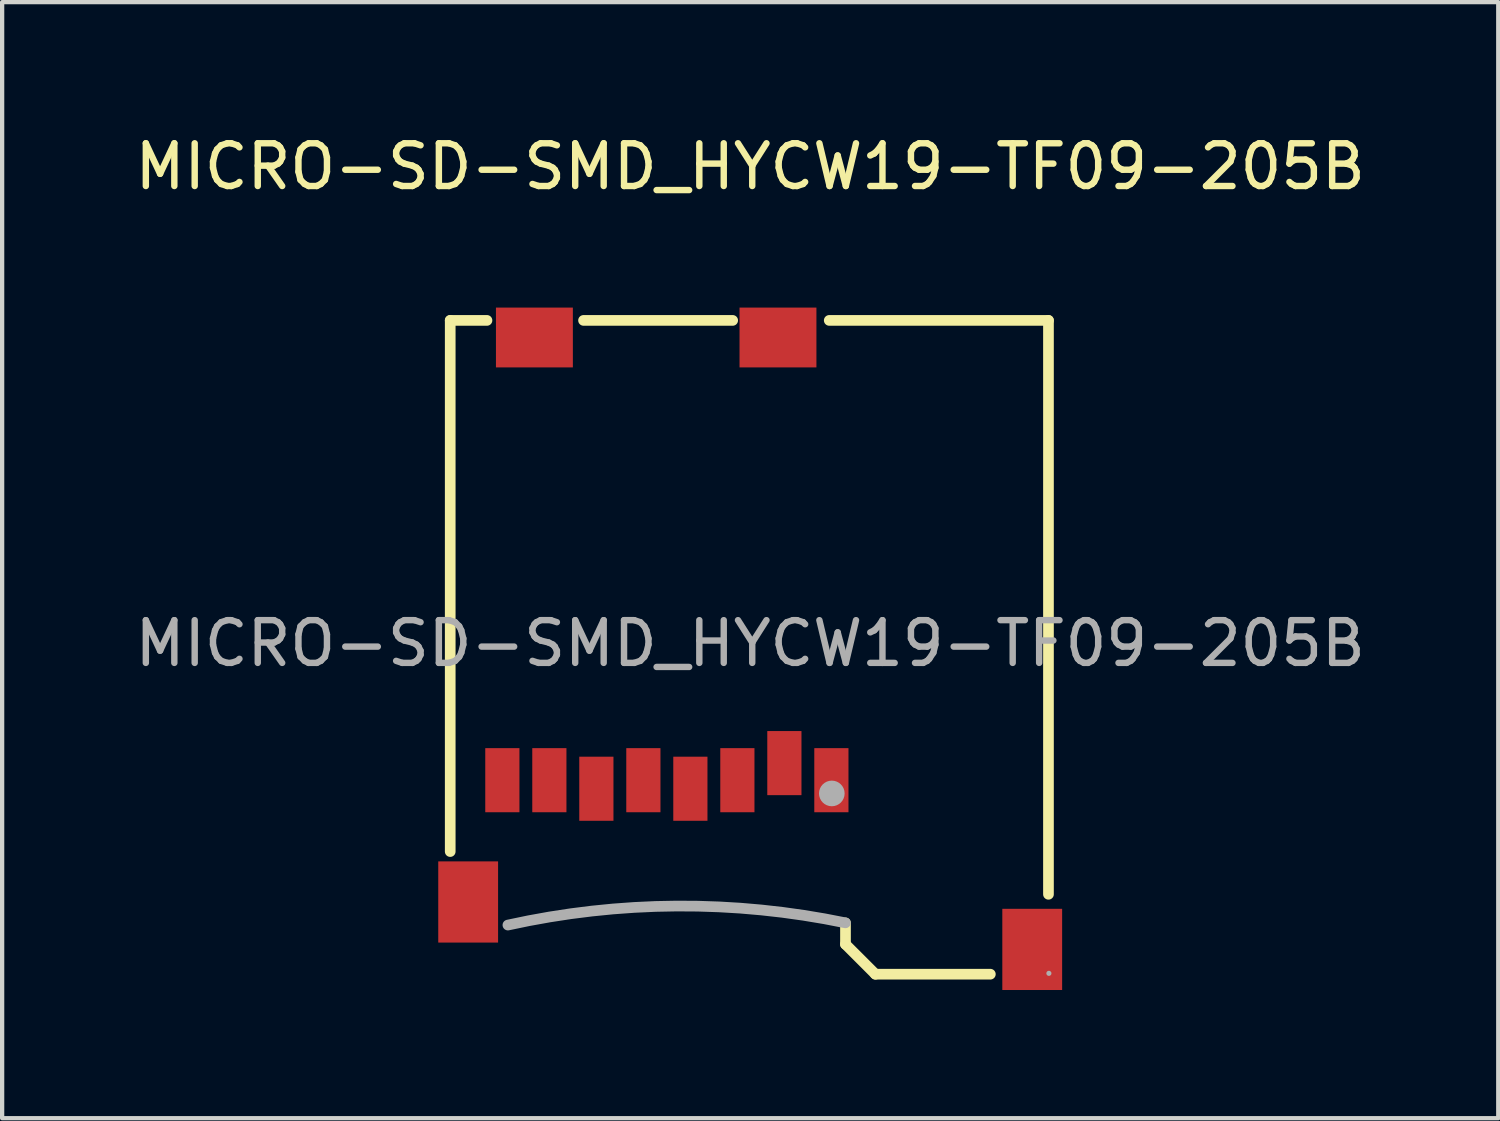
<source format=kicad_pcb>
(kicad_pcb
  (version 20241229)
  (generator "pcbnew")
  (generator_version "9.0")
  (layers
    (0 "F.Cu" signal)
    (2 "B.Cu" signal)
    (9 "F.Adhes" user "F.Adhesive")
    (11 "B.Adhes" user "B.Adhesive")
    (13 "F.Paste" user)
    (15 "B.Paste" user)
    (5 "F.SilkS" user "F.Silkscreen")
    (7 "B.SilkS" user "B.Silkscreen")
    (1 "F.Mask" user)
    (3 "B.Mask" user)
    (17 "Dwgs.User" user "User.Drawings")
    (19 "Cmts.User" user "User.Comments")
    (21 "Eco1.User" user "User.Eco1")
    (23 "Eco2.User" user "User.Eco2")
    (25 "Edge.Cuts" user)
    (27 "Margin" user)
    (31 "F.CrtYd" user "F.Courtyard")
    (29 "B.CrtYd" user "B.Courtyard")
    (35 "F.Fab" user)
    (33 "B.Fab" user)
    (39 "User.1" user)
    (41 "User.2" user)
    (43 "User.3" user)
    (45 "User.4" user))
  (footprint "MICRO-SD-SMD_HYCW19-TF09-205B"
    (layer "F.Cu")
    (at 14.506 12.008)
    (property "Reference" "MICRO-SD-SMD_HYCW19-TF09-205B" (at 0 -11.16 0) (layer "F.SilkS") (effects (font (size 1 1) (thickness 0.15))))
    (attr through_hole)
    (fp_line (start -7.02 4.87) (end -7.02 -7.56) (stroke (width 0.25) (type solid)) (layer "F.SilkS"))
    (fp_line (start -6.16 -7.56) (end -7.02 -7.56) (stroke (width 0.25) (type solid)) (layer "F.SilkS"))
    (fp_line (start -0.41 -7.56) (end -3.9 -7.56) (stroke (width 0.25) (type solid)) (layer "F.SilkS"))
    (fp_line (start 2.23 7.04) (end 2.23 6.54) (stroke (width 0.25) (type solid)) (layer "F.SilkS"))
    (fp_line (start 2.93 7.74) (end 2.23 7.04) (stroke (width 0.25) (type solid)) (layer "F.SilkS"))
    (fp_line (start 5.62 7.74) (end 2.93 7.74) (stroke (width 0.25) (type solid)) (layer "F.SilkS"))
    (fp_line (start 6.98 -7.56) (end 1.85 -7.56) (stroke (width 0.25) (type solid)) (layer "F.SilkS"))
    (fp_line (start 6.98 -7.56) (end 6.98 5.87) (stroke (width 0.25) (type solid)) (layer "F.SilkS"))
    (fp_arc (start -5.67 6.59) (mid -1.723503 6.145175) (end 2.228491 6.538181) (stroke (width 0.25) (type solid)) (layer "F.Fab"))
    (fp_circle (center 1.91 3.51) (end 2.06 3.51) (stroke (width 0.3) (type solid)) (fill no) (layer "F.Fab"))
    (fp_circle (center 6.99 7.72) (end 7.02 7.72) (stroke (width 0.06) (type solid)) (fill no) (layer "F.Fab"))
    (fp_text user "${REFERENCE}" (at 0 0 0) (layer "F.Fab") (effects (font (size 1 1) (thickness 0.15))))
    (pad "1" smd rect (at 1.9 3.2 180) (size 0.8 1.5) (layers "F.Cu" "F.Mask" "F.Paste"))
    (pad "2" smd rect (at 0.8 2.8 180) (size 0.8 1.5) (layers "F.Cu" "F.Mask" "F.Paste"))
    (pad "3" smd rect (at -0.3 3.2 180) (size 0.8 1.5) (layers "F.Cu" "F.Mask" "F.Paste"))
    (pad "4" smd rect (at -1.4 3.4 180) (size 0.8 1.5) (layers "F.Cu" "F.Mask" "F.Paste"))
    (pad "5" smd rect (at -2.5 3.2 180) (size 0.8 1.5) (layers "F.Cu" "F.Mask" "F.Paste"))
    (pad "6" smd rect (at -3.6 3.4 180) (size 0.8 1.5) (layers "F.Cu" "F.Mask" "F.Paste"))
    (pad "7" smd rect (at -4.7 3.2 180) (size 0.8 1.5) (layers "F.Cu" "F.Mask" "F.Paste"))
    (pad "8" smd rect (at -5.8 3.2 180) (size 0.8 1.5) (layers "F.Cu" "F.Mask" "F.Paste"))
    (pad "9" smd rect (at -6.6 6.05 180) (size 1.4 1.9) (layers "F.Cu" "F.Mask" "F.Paste"))
    (pad "9" smd rect (at 0.65 -7.16 270) (size 1.4 1.8) (layers "F.Cu" "F.Mask" "F.Paste"))
    (pad "9" smd rect (at 6.6 7.16 180) (size 1.4 1.9) (layers "F.Cu" "F.Mask" "F.Paste"))
    (pad "CD" smd rect (at -5.05 -7.16 180) (size 1.8 1.4) (layers "F.Cu" "F.Mask" "F.Paste")))
  (gr_rect
    (start -3 -3)
    (end 32.012 23.118)
    (stroke (width 0.1) (type default))
    (fill no)
    (layer "Edge.Cuts")))
</source>
